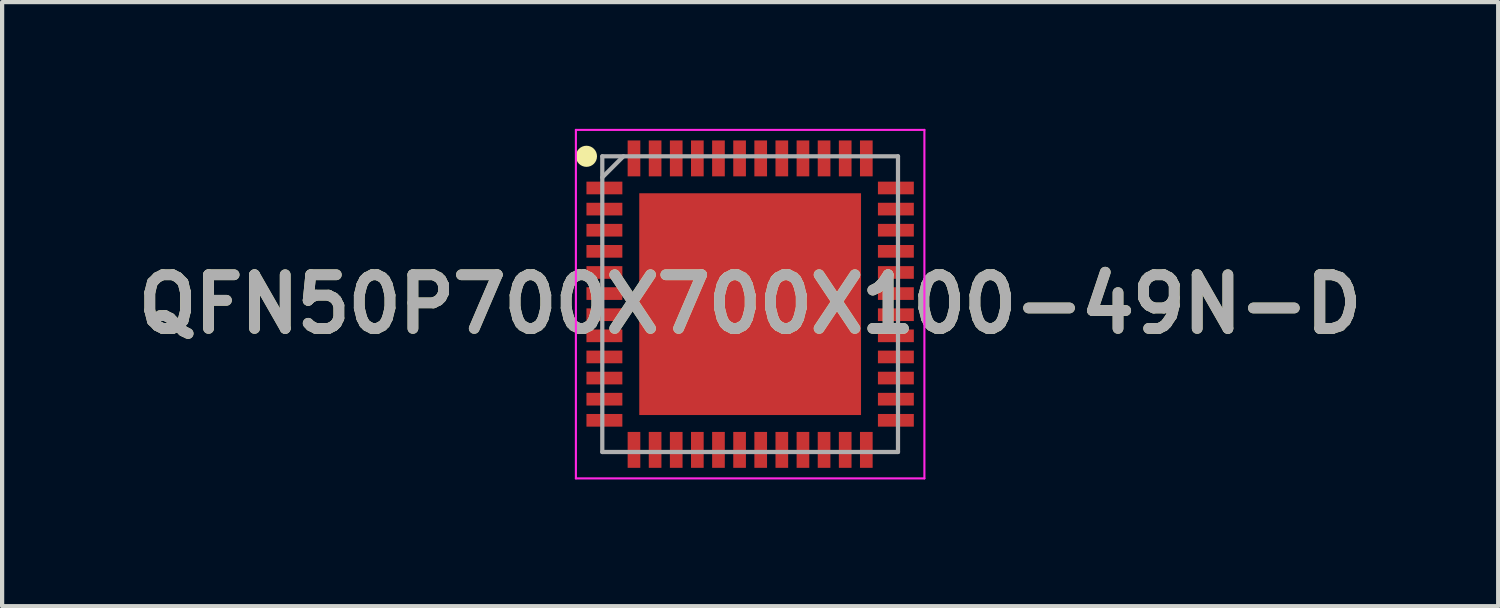
<source format=kicad_pcb>
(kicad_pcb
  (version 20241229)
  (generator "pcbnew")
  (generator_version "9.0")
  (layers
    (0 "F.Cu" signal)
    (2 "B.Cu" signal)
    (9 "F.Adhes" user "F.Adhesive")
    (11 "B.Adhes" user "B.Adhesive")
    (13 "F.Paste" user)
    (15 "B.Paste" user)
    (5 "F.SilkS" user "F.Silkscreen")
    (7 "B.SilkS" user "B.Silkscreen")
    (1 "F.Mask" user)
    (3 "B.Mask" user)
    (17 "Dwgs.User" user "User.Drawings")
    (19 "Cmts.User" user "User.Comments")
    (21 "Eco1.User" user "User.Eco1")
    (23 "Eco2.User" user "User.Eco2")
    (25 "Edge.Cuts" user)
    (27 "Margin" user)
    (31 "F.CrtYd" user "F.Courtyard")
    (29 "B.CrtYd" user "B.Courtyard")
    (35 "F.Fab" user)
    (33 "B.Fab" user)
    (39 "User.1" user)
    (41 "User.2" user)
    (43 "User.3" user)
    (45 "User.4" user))
  (footprint "QFN50P700X700X100-49N-D"
    (layer "F.Cu")
    (at 14.708 4.15)
    (property "Reference" "QFN50P700X700X100-49N-D" (at 0 0 0) (layer "F.SilkS") (effects (font (size 1.27 1.27) (thickness 0.254))))
    (attr smd)
    (fp_circle (center -3.875 -3.5) (end -3.875 -3.375) (stroke (width 0.25) (type solid)) (fill no) (layer "F.SilkS"))
    (fp_line (start -4.125 -4.125) (end 4.125 -4.125) (stroke (width 0.05) (type solid)) (layer "F.CrtYd"))
    (fp_line (start -4.125 4.125) (end -4.125 -4.125) (stroke (width 0.05) (type solid)) (layer "F.CrtYd"))
    (fp_line (start 4.125 -4.125) (end 4.125 4.125) (stroke (width 0.05) (type solid)) (layer "F.CrtYd"))
    (fp_line (start 4.125 4.125) (end -4.125 4.125) (stroke (width 0.05) (type solid)) (layer "F.CrtYd"))
    (fp_line (start -3.5 -3.5) (end 3.5 -3.5) (stroke (width 0.1) (type solid)) (layer "F.Fab"))
    (fp_line (start -3.5 -3) (end -3 -3.5) (stroke (width 0.1) (type solid)) (layer "F.Fab"))
    (fp_line (start -3.5 3.5) (end -3.5 -3.5) (stroke (width 0.1) (type solid)) (layer "F.Fab"))
    (fp_line (start 3.5 -3.5) (end 3.5 3.5) (stroke (width 0.1) (type solid)) (layer "F.Fab"))
    (fp_line (start 3.5 3.5) (end -3.5 3.5) (stroke (width 0.1) (type solid)) (layer "F.Fab"))
    (fp_text user "${REFERENCE}" (at 0 0 0) (layer "F.Fab") (effects (font (size 1.27 1.27) (thickness 0.254))))
    (pad "1" smd rect (at -3.45 -2.75 90) (size 0.3 0.85) (layers "F.Cu" "F.Mask" "F.Paste"))
    (pad "2" smd rect (at -3.45 -2.25 90) (size 0.3 0.85) (layers "F.Cu" "F.Mask" "F.Paste"))
    (pad "3" smd rect (at -3.45 -1.75 90) (size 0.3 0.85) (layers "F.Cu" "F.Mask" "F.Paste"))
    (pad "4" smd rect (at -3.45 -1.25 90) (size 0.3 0.85) (layers "F.Cu" "F.Mask" "F.Paste"))
    (pad "5" smd rect (at -3.45 -0.75 90) (size 0.3 0.85) (layers "F.Cu" "F.Mask" "F.Paste"))
    (pad "6" smd rect (at -3.45 -0.25 90) (size 0.3 0.85) (layers "F.Cu" "F.Mask" "F.Paste"))
    (pad "7" smd rect (at -3.45 0.25 90) (size 0.3 0.85) (layers "F.Cu" "F.Mask" "F.Paste"))
    (pad "8" smd rect (at -3.45 0.75 90) (size 0.3 0.85) (layers "F.Cu" "F.Mask" "F.Paste"))
    (pad "9" smd rect (at -3.45 1.25 90) (size 0.3 0.85) (layers "F.Cu" "F.Mask" "F.Paste"))
    (pad "10" smd rect (at -3.45 1.75 90) (size 0.3 0.85) (layers "F.Cu" "F.Mask" "F.Paste"))
    (pad "11" smd rect (at -3.45 2.25 90) (size 0.3 0.85) (layers "F.Cu" "F.Mask" "F.Paste"))
    (pad "12" smd rect (at -3.45 2.75 90) (size 0.3 0.85) (layers "F.Cu" "F.Mask" "F.Paste"))
    (pad "13" smd rect (at -2.75 3.45) (size 0.3 0.85) (layers "F.Cu" "F.Mask" "F.Paste"))
    (pad "14" smd rect (at -2.25 3.45) (size 0.3 0.85) (layers "F.Cu" "F.Mask" "F.Paste"))
    (pad "15" smd rect (at -1.75 3.45) (size 0.3 0.85) (layers "F.Cu" "F.Mask" "F.Paste"))
    (pad "16" smd rect (at -1.25 3.45) (size 0.3 0.85) (layers "F.Cu" "F.Mask" "F.Paste"))
    (pad "17" smd rect (at -0.75 3.45) (size 0.3 0.85) (layers "F.Cu" "F.Mask" "F.Paste"))
    (pad "18" smd rect (at -0.25 3.45) (size 0.3 0.85) (layers "F.Cu" "F.Mask" "F.Paste"))
    (pad "19" smd rect (at 0.25 3.45) (size 0.3 0.85) (layers "F.Cu" "F.Mask" "F.Paste"))
    (pad "20" smd rect (at 0.75 3.45) (size 0.3 0.85) (layers "F.Cu" "F.Mask" "F.Paste"))
    (pad "21" smd rect (at 1.25 3.45) (size 0.3 0.85) (layers "F.Cu" "F.Mask" "F.Paste"))
    (pad "22" smd rect (at 1.75 3.45) (size 0.3 0.85) (layers "F.Cu" "F.Mask" "F.Paste"))
    (pad "23" smd rect (at 2.25 3.45) (size 0.3 0.85) (layers "F.Cu" "F.Mask" "F.Paste"))
    (pad "24" smd rect (at 2.75 3.45) (size 0.3 0.85) (layers "F.Cu" "F.Mask" "F.Paste"))
    (pad "25" smd rect (at 3.45 2.75 90) (size 0.3 0.85) (layers "F.Cu" "F.Mask" "F.Paste"))
    (pad "26" smd rect (at 3.45 2.25 90) (size 0.3 0.85) (layers "F.Cu" "F.Mask" "F.Paste"))
    (pad "27" smd rect (at 3.45 1.75 90) (size 0.3 0.85) (layers "F.Cu" "F.Mask" "F.Paste"))
    (pad "28" smd rect (at 3.45 1.25 90) (size 0.3 0.85) (layers "F.Cu" "F.Mask" "F.Paste"))
    (pad "29" smd rect (at 3.45 0.75 90) (size 0.3 0.85) (layers "F.Cu" "F.Mask" "F.Paste"))
    (pad "30" smd rect (at 3.45 0.25 90) (size 0.3 0.85) (layers "F.Cu" "F.Mask" "F.Paste"))
    (pad "31" smd rect (at 3.45 -0.25 90) (size 0.3 0.85) (layers "F.Cu" "F.Mask" "F.Paste"))
    (pad "32" smd rect (at 3.45 -0.75 90) (size 0.3 0.85) (layers "F.Cu" "F.Mask" "F.Paste"))
    (pad "33" smd rect (at 3.45 -1.25 90) (size 0.3 0.85) (layers "F.Cu" "F.Mask" "F.Paste"))
    (pad "34" smd rect (at 3.45 -1.75 90) (size 0.3 0.85) (layers "F.Cu" "F.Mask" "F.Paste"))
    (pad "35" smd rect (at 3.45 -2.25 90) (size 0.3 0.85) (layers "F.Cu" "F.Mask" "F.Paste"))
    (pad "36" smd rect (at 3.45 -2.75 90) (size 0.3 0.85) (layers "F.Cu" "F.Mask" "F.Paste"))
    (pad "37" smd rect (at 2.75 -3.45) (size 0.3 0.85) (layers "F.Cu" "F.Mask" "F.Paste"))
    (pad "38" smd rect (at 2.25 -3.45) (size 0.3 0.85) (layers "F.Cu" "F.Mask" "F.Paste"))
    (pad "39" smd rect (at 1.75 -3.45) (size 0.3 0.85) (layers "F.Cu" "F.Mask" "F.Paste"))
    (pad "40" smd rect (at 1.25 -3.45) (size 0.3 0.85) (layers "F.Cu" "F.Mask" "F.Paste"))
    (pad "41" smd rect (at 0.75 -3.45) (size 0.3 0.85) (layers "F.Cu" "F.Mask" "F.Paste"))
    (pad "42" smd rect (at 0.25 -3.45) (size 0.3 0.85) (layers "F.Cu" "F.Mask" "F.Paste"))
    (pad "43" smd rect (at -0.25 -3.45) (size 0.3 0.85) (layers "F.Cu" "F.Mask" "F.Paste"))
    (pad "44" smd rect (at -0.75 -3.45) (size 0.3 0.85) (layers "F.Cu" "F.Mask" "F.Paste"))
    (pad "45" smd rect (at -1.25 -3.45) (size 0.3 0.85) (layers "F.Cu" "F.Mask" "F.Paste"))
    (pad "46" smd rect (at -1.75 -3.45) (size 0.3 0.85) (layers "F.Cu" "F.Mask" "F.Paste"))
    (pad "47" smd rect (at -2.25 -3.45) (size 0.3 0.85) (layers "F.Cu" "F.Mask" "F.Paste"))
    (pad "48" smd rect (at -2.75 -3.45) (size 0.3 0.85) (layers "F.Cu" "F.Mask" "F.Paste"))
    (pad "49" smd rect (at 0 0) (size 5.25 5.25) (layers "F.Cu" "F.Mask" "F.Paste")))
  (gr_rect
    (start -3 -3)
    (end 32.416 11.3)
    (stroke (width 0.1) (type default))
    (fill no)
    (layer "Edge.Cuts")))
</source>
